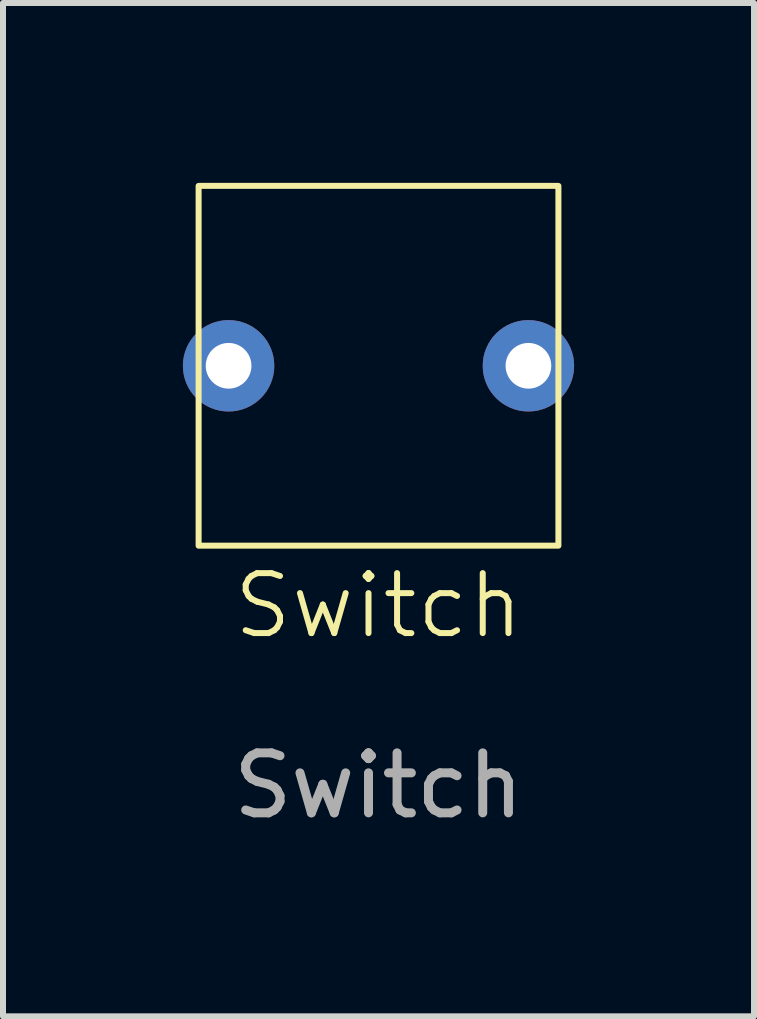
<source format=kicad_pcb>
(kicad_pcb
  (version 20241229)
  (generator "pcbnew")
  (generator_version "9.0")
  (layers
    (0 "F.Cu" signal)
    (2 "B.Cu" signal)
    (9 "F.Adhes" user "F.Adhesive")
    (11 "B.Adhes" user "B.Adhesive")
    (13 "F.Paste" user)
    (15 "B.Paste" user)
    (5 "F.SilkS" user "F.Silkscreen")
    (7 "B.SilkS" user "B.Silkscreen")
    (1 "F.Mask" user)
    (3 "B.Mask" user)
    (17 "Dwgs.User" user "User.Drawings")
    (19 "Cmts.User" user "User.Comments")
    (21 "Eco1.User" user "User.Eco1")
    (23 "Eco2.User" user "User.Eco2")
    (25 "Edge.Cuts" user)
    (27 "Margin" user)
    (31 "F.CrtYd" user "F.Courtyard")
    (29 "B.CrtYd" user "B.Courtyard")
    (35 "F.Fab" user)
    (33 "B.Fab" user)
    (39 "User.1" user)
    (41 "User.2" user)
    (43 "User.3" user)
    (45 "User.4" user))
  (footprint "Switch"
    (layer "F.Cu")
    (at 3.262 7.55)
    (property "Reference" "Switch" (at 0 -0.5 0) (unlocked yes) (layer "F.SilkS") (effects (font (size 1 1) (thickness 0.1))))
    (attr through_hole)
    (fp_rect (start -3 -7.5) (end 3 -1.5) (stroke (width 0.1) (type default)) (fill no) (layer "F.SilkS"))
    (fp_text user "${REFERENCE}" (at 0 2.5 0) (unlocked yes) (layer "F.Fab") (effects (font (size 1 1) (thickness 0.15))))
    (pad "1" thru_hole circle (at -2.5 -4.5) (size 1.524 1.524) (drill 0.762) (layers "*.Cu" "*.Mask"))
    (pad "2" thru_hole circle (at 2.5 -4.5) (size 1.524 1.524) (drill 0.762) (layers "*.Cu" "*.Mask")))
  (gr_rect
    (start -3 -3)
    (end 9.524 13.898)
    (stroke (width 0.1) (type default))
    (fill no)
    (layer "Edge.Cuts")))
</source>
